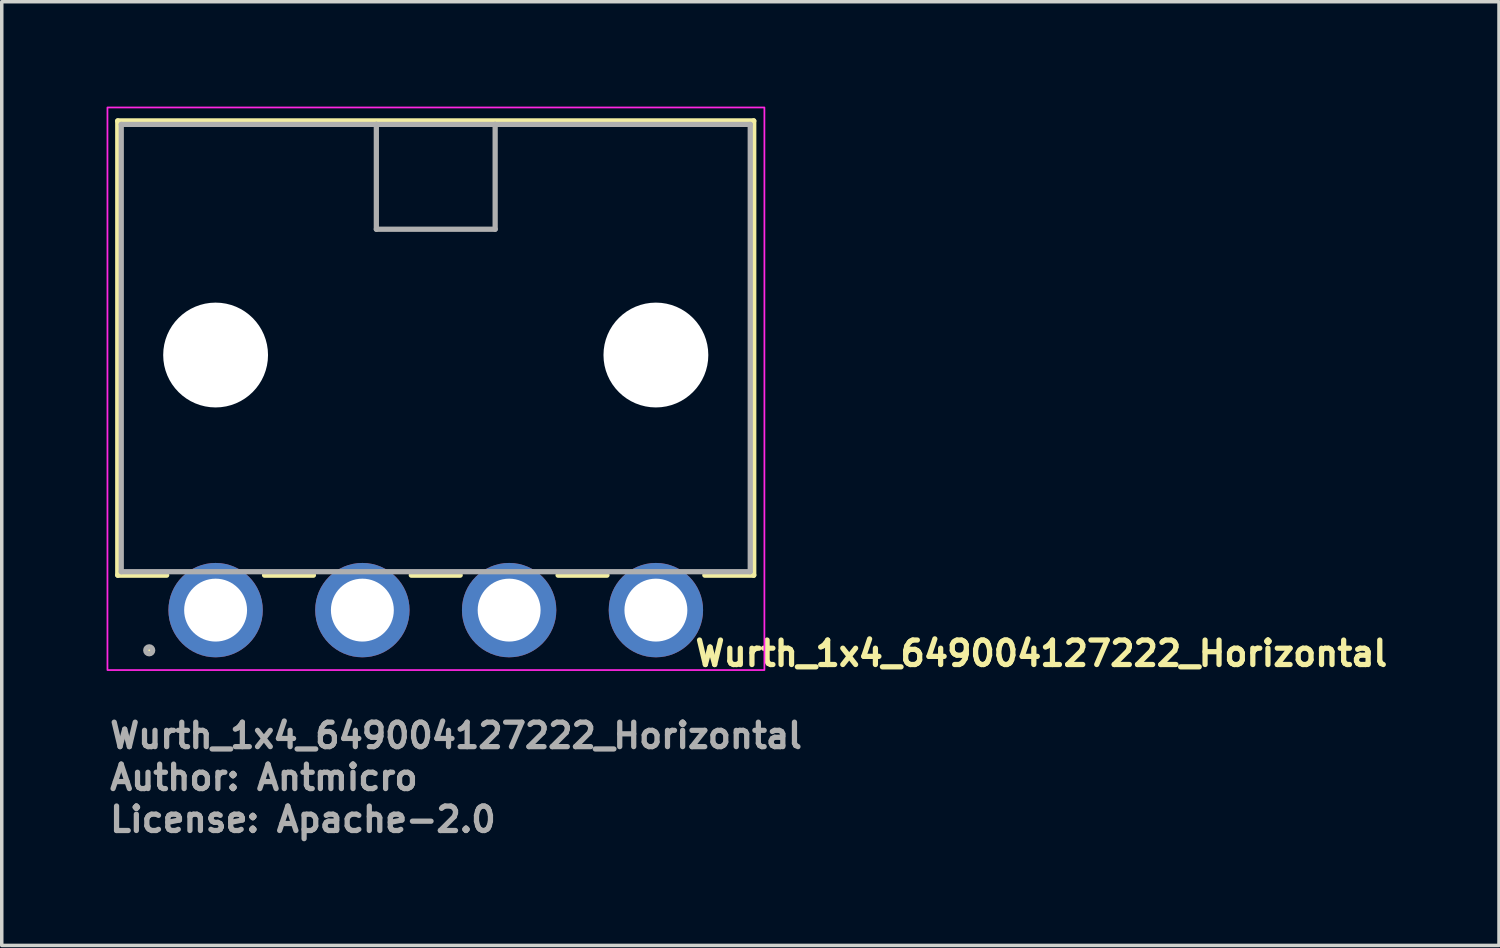
<source format=kicad_pcb>
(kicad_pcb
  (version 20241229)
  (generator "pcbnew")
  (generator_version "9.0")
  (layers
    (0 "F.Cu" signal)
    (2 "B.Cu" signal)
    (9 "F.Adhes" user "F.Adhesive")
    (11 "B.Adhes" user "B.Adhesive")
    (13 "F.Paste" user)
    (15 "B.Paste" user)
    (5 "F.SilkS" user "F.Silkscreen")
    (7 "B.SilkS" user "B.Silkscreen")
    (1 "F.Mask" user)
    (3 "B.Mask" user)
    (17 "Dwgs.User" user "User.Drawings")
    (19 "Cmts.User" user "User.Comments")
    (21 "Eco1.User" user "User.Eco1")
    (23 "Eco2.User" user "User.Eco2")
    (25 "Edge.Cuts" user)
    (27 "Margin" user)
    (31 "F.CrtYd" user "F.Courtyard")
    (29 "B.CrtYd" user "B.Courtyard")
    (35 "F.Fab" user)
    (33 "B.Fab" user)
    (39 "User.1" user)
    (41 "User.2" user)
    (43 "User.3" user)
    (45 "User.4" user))
  (footprint "Wurth_1x4_649004127222_Horizontal"
    (layer "F.Cu")
    (at 3.12 14.41)
    (property "Reference" "Wurth_1x4_649004127222_Horizontal" (at 13.65 1.65 180) (layer "F.SilkS") (effects (font (size 0.7 0.7) (thickness 0.15)) (justify left bottom)))
    (attr through_hole)
    (fp_line (start -2.8 -14) (end -2.8 -1) (stroke (width 0.15) (type solid)) (layer "F.SilkS"))
    (fp_line (start -2.8 -1) (end -1.4 -1) (stroke (width 0.15) (type solid)) (layer "F.SilkS"))
    (fp_line (start 2.8 -1) (end 1.4 -1) (stroke (width 0.15) (type solid)) (layer "F.SilkS"))
    (fp_line (start 7 -1) (end 5.6 -1) (stroke (width 0.15) (type solid)) (layer "F.SilkS"))
    (fp_line (start 11.2 -1) (end 9.8 -1) (stroke (width 0.15) (type solid)) (layer "F.SilkS"))
    (fp_line (start 14 -1) (end 15.4 -1) (stroke (width 0.15) (type solid)) (layer "F.SilkS"))
    (fp_line (start 15.4 -14) (end -2.8 -14) (stroke (width 0.15) (type solid)) (layer "F.SilkS"))
    (fp_line (start 15.4 -1) (end 15.4 -14) (stroke (width 0.15) (type solid)) (layer "F.SilkS"))
    (fp_circle (center -1.9 1.15) (end -1.95 1.15) (stroke (width 0.15) (type solid)) (fill yes) (layer "F.SilkS"))
    (fp_rect (start 15.705 1.715) (end -3.095 -14.385) (stroke (width 0.05) (type solid)) (fill no) (layer "F.CrtYd"))
    (fp_line (start -2.7 -13.9) (end 4.6 -13.9) (stroke (width 0.15) (type solid)) (layer "F.Fab"))
    (fp_line (start -2.7 -1.1) (end -2.7 -13.9) (stroke (width 0.15) (type solid)) (layer "F.Fab"))
    (fp_line (start 4.6 -13.9) (end 8 -13.9) (stroke (width 0.15) (type solid)) (layer "F.Fab"))
    (fp_line (start 4.6 -10.9) (end 4.6 -13.9) (stroke (width 0.15) (type solid)) (layer "F.Fab"))
    (fp_line (start 8 -13.9) (end 8 -10.9) (stroke (width 0.15) (type solid)) (layer "F.Fab"))
    (fp_line (start 8 -13.9) (end 15.3 -13.9) (stroke (width 0.15) (type solid)) (layer "F.Fab"))
    (fp_line (start 8 -10.9) (end 4.6 -10.9) (stroke (width 0.15) (type solid)) (layer "F.Fab"))
    (fp_line (start 15.3 -13.9) (end 15.3 -1.1) (stroke (width 0.15) (type solid)) (layer "F.Fab"))
    (fp_line (start 15.3 -1.1) (end -2.7 -1.1) (stroke (width 0.15) (type solid)) (layer "F.Fab"))
    (fp_circle (center -1.9 1.15) (end -2 1.15) (stroke (width 0.15) (type solid)) (fill no) (layer "F.Fab"))
    (fp_rect (start 15.305 0.485) (end -2.695 -13.985) (stroke (width 0.1) (type solid)) (fill no) (layer "User.5"))
    (fp_line (start -2.695 -13.985) (end -2.695 -1.185) (stroke (width 0.02) (type solid)) (layer "User.9"))
    (fp_line (start -0.565 -1.185) (end -0.565 -0.515) (stroke (width 0.02) (type solid)) (layer "User.9"))
    (fp_line (start -0.565 -0.515) (end -0.565 -0.403) (stroke (width 0.02) (type solid)) (layer "User.9"))
    (fp_line (start -0.565 -0.403) (end -0.565 -0.292) (stroke (width 0.02) (type solid)) (layer "User.9"))
    (fp_line (start -0.565 -0.292) (end -0.565 -0.185) (stroke (width 0.02) (type solid)) (layer "User.9"))
    (fp_line (start -0.565 -0.185) (end -0.565 -0.081) (stroke (width 0.02) (type solid)) (layer "User.9"))
    (fp_line (start -0.565 -0.081) (end -0.565 0.017) (stroke (width 0.02) (type solid)) (layer "User.9"))
    (fp_line (start -0.565 0.017) (end -0.565 0.108) (stroke (width 0.02) (type solid)) (layer "User.9"))
    (fp_line (start -0.565 0.108) (end -0.565 0.192) (stroke (width 0.02) (type solid)) (layer "User.9"))
    (fp_line (start -0.565 0.192) (end -0.565 0.267) (stroke (width 0.02) (type solid)) (layer "User.9"))
    (fp_line (start -0.565 0.267) (end -0.565 0.332) (stroke (width 0.02) (type solid)) (layer "User.9"))
    (fp_line (start -0.565 0.332) (end -0.565 0.386) (stroke (width 0.02) (type solid)) (layer "User.9"))
    (fp_line (start -0.565 0.386) (end -0.565 0.429) (stroke (width 0.02) (type solid)) (layer "User.9"))
    (fp_line (start -0.565 0.429) (end -0.565 0.46) (stroke (width 0.02) (type solid)) (layer "User.9"))
    (fp_line (start -0.565 0.46) (end -0.565 0.479) (stroke (width 0.02) (type solid)) (layer "User.9"))
    (fp_line (start -0.565 0.479) (end -0.565 0.485) (stroke (width 0.02) (type solid)) (layer "User.9"))
    (fp_line (start -0.37 -13.985) (end -2.695 -13.985) (stroke (width 0.02) (type solid)) (layer "User.9"))
    (fp_line (start -0.37 -13.985) (end -0.327 -13.985) (stroke (width 0.02) (type solid)) (layer "User.9"))
    (fp_line (start -0.37 -10.885) (end -0.37 -13.985) (stroke (width 0.02) (type solid)) (layer "User.9"))
    (fp_line (start -0.37 -10.885) (end -0.327 -10.885) (stroke (width 0.02) (type solid)) (layer "User.9"))
    (fp_line (start -0.327 -13.985) (end -0.279 -13.985) (stroke (width 0.02) (type solid)) (layer "User.9"))
    (fp_line (start -0.327 -10.885) (end -0.279 -10.885) (stroke (width 0.02) (type solid)) (layer "User.9"))
    (fp_line (start -0.279 -13.985) (end -0.228 -13.985) (stroke (width 0.02) (type solid)) (layer "User.9"))
    (fp_line (start -0.279 -10.885) (end -0.228 -10.885) (stroke (width 0.02) (type solid)) (layer "User.9"))
    (fp_line (start -0.228 -13.985) (end -0.173 -13.985) (stroke (width 0.02) (type solid)) (layer "User.9"))
    (fp_line (start -0.228 -10.885) (end -0.173 -10.885) (stroke (width 0.02) (type solid)) (layer "User.9"))
    (fp_line (start -0.173 -13.985) (end -0.115 -13.985) (stroke (width 0.02) (type solid)) (layer "User.9"))
    (fp_line (start -0.173 -10.885) (end -0.115 -10.885) (stroke (width 0.02) (type solid)) (layer "User.9"))
    (fp_line (start -0.115 -13.985) (end -0.055 -13.985) (stroke (width 0.02) (type solid)) (layer "User.9"))
    (fp_line (start -0.115 -10.885) (end -0.055 -10.885) (stroke (width 0.02) (type solid)) (layer "User.9"))
    (fp_line (start -0.055 -13.985) (end 0.005 -13.985) (stroke (width 0.02) (type solid)) (layer "User.9"))
    (fp_line (start -0.055 -10.885) (end 0.005 -10.885) (stroke (width 0.02) (type solid)) (layer "User.9"))
    (fp_line (start 0.005 -13.985) (end 0.065 -13.985) (stroke (width 0.02) (type solid)) (layer "User.9"))
    (fp_line (start 0.005 -10.885) (end 0.065 -10.885) (stroke (width 0.02) (type solid)) (layer "User.9"))
    (fp_line (start 0.065 -13.985) (end 0.125 -13.985) (stroke (width 0.02) (type solid)) (layer "User.9"))
    (fp_line (start 0.065 -10.885) (end 0.125 -10.885) (stroke (width 0.02) (type solid)) (layer "User.9"))
    (fp_line (start 0.125 -13.985) (end 0.183 -13.985) (stroke (width 0.02) (type solid)) (layer "User.9"))
    (fp_line (start 0.125 -10.885) (end 0.183 -10.885) (stroke (width 0.02) (type solid)) (layer "User.9"))
    (fp_line (start 0.183 -13.985) (end 0.238 -13.985) (stroke (width 0.02) (type solid)) (layer "User.9"))
    (fp_line (start 0.183 -10.885) (end 0.238 -10.885) (stroke (width 0.02) (type solid)) (layer "User.9"))
    (fp_line (start 0.238 -13.985) (end 0.289 -13.985) (stroke (width 0.02) (type solid)) (layer "User.9"))
    (fp_line (start 0.238 -10.885) (end 0.289 -10.885) (stroke (width 0.02) (type solid)) (layer "User.9"))
    (fp_line (start 0.289 -13.985) (end 0.337 -13.985) (stroke (width 0.02) (type solid)) (layer "User.9"))
    (fp_line (start 0.289 -10.885) (end 0.337 -10.885) (stroke (width 0.02) (type solid)) (layer "User.9"))
    (fp_line (start 0.337 -13.985) (end 0.38 -13.985) (stroke (width 0.02) (type solid)) (layer "User.9"))
    (fp_line (start 0.337 -10.885) (end 0.38 -10.885) (stroke (width 0.02) (type solid)) (layer "User.9"))
    (fp_line (start 0.38 -10.885) (end 0.38 -13.985) (stroke (width 0.02) (type solid)) (layer "User.9"))
    (fp_line (start 0.575 -1.185) (end 0.575 -0.515) (stroke (width 0.02) (type solid)) (layer "User.9"))
    (fp_line (start 0.575 -0.515) (end -0.565 -0.515) (stroke (width 0.02) (type solid)) (layer "User.9"))
    (fp_line (start 0.575 -0.515) (end 0.575 -0.403) (stroke (width 0.02) (type solid)) (layer "User.9"))
    (fp_line (start 0.575 -0.403) (end 0.575 -0.292) (stroke (width 0.02) (type solid)) (layer "User.9"))
    (fp_line (start 0.575 -0.292) (end 0.575 -0.185) (stroke (width 0.02) (type solid)) (layer "User.9"))
    (fp_line (start 0.575 -0.185) (end 0.575 -0.081) (stroke (width 0.02) (type solid)) (layer "User.9"))
    (fp_line (start 0.575 -0.081) (end 0.575 0.017) (stroke (width 0.02) (type solid)) (layer "User.9"))
    (fp_line (start 0.575 0.017) (end 0.575 0.108) (stroke (width 0.02) (type solid)) (layer "User.9"))
    (fp_line (start 0.575 0.108) (end 0.575 0.192) (stroke (width 0.02) (type solid)) (layer "User.9"))
    (fp_line (start 0.575 0.192) (end 0.575 0.267) (stroke (width 0.02) (type solid)) (layer "User.9"))
    (fp_line (start 0.575 0.267) (end 0.575 0.332) (stroke (width 0.02) (type solid)) (layer "User.9"))
    (fp_line (start 0.575 0.332) (end 0.575 0.386) (stroke (width 0.02) (type solid)) (layer "User.9"))
    (fp_line (start 0.575 0.386) (end 0.575 0.429) (stroke (width 0.02) (type solid)) (layer "User.9"))
    (fp_line (start 0.575 0.429) (end 0.575 0.46) (stroke (width 0.02) (type solid)) (layer "User.9"))
    (fp_line (start 0.575 0.46) (end 0.575 0.479) (stroke (width 0.02) (type solid)) (layer "User.9"))
    (fp_line (start 0.575 0.479) (end 0.575 0.485) (stroke (width 0.02) (type solid)) (layer "User.9"))
    (fp_line (start 0.575 0.485) (end -0.565 0.485) (stroke (width 0.02) (type solid)) (layer "User.9"))
    (fp_line (start 3.635 -1.185) (end 3.635 -0.515) (stroke (width 0.02) (type solid)) (layer "User.9"))
    (fp_line (start 3.635 -0.515) (end 3.635 -0.403) (stroke (width 0.02) (type solid)) (layer "User.9"))
    (fp_line (start 3.635 -0.403) (end 3.635 -0.292) (stroke (width 0.02) (type solid)) (layer "User.9"))
    (fp_line (start 3.635 -0.292) (end 3.635 -0.185) (stroke (width 0.02) (type solid)) (layer "User.9"))
    (fp_line (start 3.635 -0.185) (end 3.635 -0.081) (stroke (width 0.02) (type solid)) (layer "User.9"))
    (fp_line (start 3.635 -0.081) (end 3.635 0.017) (stroke (width 0.02) (type solid)) (layer "User.9"))
    (fp_line (start 3.635 0.017) (end 3.635 0.108) (stroke (width 0.02) (type solid)) (layer "User.9"))
    (fp_line (start 3.635 0.108) (end 3.635 0.192) (stroke (width 0.02) (type solid)) (layer "User.9"))
    (fp_line (start 3.635 0.192) (end 3.635 0.267) (stroke (width 0.02) (type solid)) (layer "User.9"))
    (fp_line (start 3.635 0.267) (end 3.635 0.332) (stroke (width 0.02) (type solid)) (layer "User.9"))
    (fp_line (start 3.635 0.332) (end 3.635 0.386) (stroke (width 0.02) (type solid)) (layer "User.9"))
    (fp_line (start 3.635 0.386) (end 3.635 0.429) (stroke (width 0.02) (type solid)) (layer "User.9"))
    (fp_line (start 3.635 0.429) (end 3.635 0.46) (stroke (width 0.02) (type solid)) (layer "User.9"))
    (fp_line (start 3.635 0.46) (end 3.635 0.479) (stroke (width 0.02) (type solid)) (layer "User.9"))
    (fp_line (start 3.635 0.479) (end 3.635 0.485) (stroke (width 0.02) (type solid)) (layer "User.9"))
    (fp_line (start 4.755 -13.985) (end 0.38 -13.985) (stroke (width 0.02) (type solid)) (layer "User.9"))
    (fp_line (start 4.755 -13.985) (end 7.855 -13.985) (stroke (width 0.02) (type solid)) (layer "User.9"))
    (fp_line (start 4.755 -11.385) (end 4.755 -13.985) (stroke (width 0.02) (type solid)) (layer "User.9"))
    (fp_line (start 4.755 -11.385) (end 4.755 -10.885) (stroke (width 0.02) (type solid)) (layer "User.9"))
    (fp_line (start 4.755 -10.885) (end 7.855 -10.885) (stroke (width 0.02) (type solid)) (layer "User.9"))
    (fp_line (start 4.775 -1.185) (end 4.775 -0.515) (stroke (width 0.02) (type solid)) (layer "User.9"))
    (fp_line (start 4.775 -0.515) (end 3.635 -0.515) (stroke (width 0.02) (type solid)) (layer "User.9"))
    (fp_line (start 4.775 -0.515) (end 4.775 -0.403) (stroke (width 0.02) (type solid)) (layer "User.9"))
    (fp_line (start 4.775 -0.403) (end 4.775 -0.292) (stroke (width 0.02) (type solid)) (layer "User.9"))
    (fp_line (start 4.775 -0.292) (end 4.775 -0.185) (stroke (width 0.02) (type solid)) (layer "User.9"))
    (fp_line (start 4.775 -0.185) (end 4.775 -0.081) (stroke (width 0.02) (type solid)) (layer "User.9"))
    (fp_line (start 4.775 -0.081) (end 4.775 0.017) (stroke (width 0.02) (type solid)) (layer "User.9"))
    (fp_line (start 4.775 0.017) (end 4.775 0.108) (stroke (width 0.02) (type solid)) (layer "User.9"))
    (fp_line (start 4.775 0.108) (end 4.775 0.192) (stroke (width 0.02) (type solid)) (layer "User.9"))
    (fp_line (start 4.775 0.192) (end 4.775 0.267) (stroke (width 0.02) (type solid)) (layer "User.9"))
    (fp_line (start 4.775 0.267) (end 4.775 0.332) (stroke (width 0.02) (type solid)) (layer "User.9"))
    (fp_line (start 4.775 0.332) (end 4.775 0.386) (stroke (width 0.02) (type solid)) (layer "User.9"))
    (fp_line (start 4.775 0.386) (end 4.775 0.429) (stroke (width 0.02) (type solid)) (layer "User.9"))
    (fp_line (start 4.775 0.429) (end 4.775 0.46) (stroke (width 0.02) (type solid)) (layer "User.9"))
    (fp_line (start 4.775 0.46) (end 4.775 0.479) (stroke (width 0.02) (type solid)) (layer "User.9"))
    (fp_line (start 4.775 0.479) (end 4.775 0.485) (stroke (width 0.02) (type solid)) (layer "User.9"))
    (fp_line (start 4.775 0.485) (end 3.635 0.485) (stroke (width 0.02) (type solid)) (layer "User.9"))
    (fp_line (start 7.835 -1.185) (end 7.835 -0.515) (stroke (width 0.02) (type solid)) (layer "User.9"))
    (fp_line (start 7.835 -0.515) (end 7.835 -0.403) (stroke (width 0.02) (type solid)) (layer "User.9"))
    (fp_line (start 7.835 -0.403) (end 7.835 -0.292) (stroke (width 0.02) (type solid)) (layer "User.9"))
    (fp_line (start 7.835 -0.292) (end 7.835 -0.185) (stroke (width 0.02) (type solid)) (layer "User.9"))
    (fp_line (start 7.835 -0.185) (end 7.835 -0.081) (stroke (width 0.02) (type solid)) (layer "User.9"))
    (fp_line (start 7.835 -0.081) (end 7.835 0.017) (stroke (width 0.02) (type solid)) (layer "User.9"))
    (fp_line (start 7.835 0.017) (end 7.835 0.108) (stroke (width 0.02) (type solid)) (layer "User.9"))
    (fp_line (start 7.835 0.108) (end 7.835 0.192) (stroke (width 0.02) (type solid)) (layer "User.9"))
    (fp_line (start 7.835 0.192) (end 7.835 0.267) (stroke (width 0.02) (type solid)) (layer "User.9"))
    (fp_line (start 7.835 0.267) (end 7.835 0.332) (stroke (width 0.02) (type solid)) (layer "User.9"))
    (fp_line (start 7.835 0.332) (end 7.835 0.386) (stroke (width 0.02) (type solid)) (layer "User.9"))
    (fp_line (start 7.835 0.386) (end 7.835 0.429) (stroke (width 0.02) (type solid)) (layer "User.9"))
    (fp_line (start 7.835 0.429) (end 7.835 0.46) (stroke (width 0.02) (type solid)) (layer "User.9"))
    (fp_line (start 7.835 0.46) (end 7.835 0.479) (stroke (width 0.02) (type solid)) (layer "User.9"))
    (fp_line (start 7.835 0.479) (end 7.835 0.485) (stroke (width 0.02) (type solid)) (layer "User.9"))
    (fp_line (start 7.855 -13.985) (end 7.855 -11.385) (stroke (width 0.02) (type solid)) (layer "User.9"))
    (fp_line (start 7.855 -11.385) (end 4.755 -11.385) (stroke (width 0.02) (type solid)) (layer "User.9"))
    (fp_line (start 7.855 -10.885) (end 7.855 -11.385) (stroke (width 0.02) (type solid)) (layer "User.9"))
    (fp_line (start 8.975 -1.185) (end 8.975 -0.515) (stroke (width 0.02) (type solid)) (layer "User.9"))
    (fp_line (start 8.975 -0.515) (end 7.835 -0.515) (stroke (width 0.02) (type solid)) (layer "User.9"))
    (fp_line (start 8.975 -0.515) (end 8.975 -0.403) (stroke (width 0.02) (type solid)) (layer "User.9"))
    (fp_line (start 8.975 -0.403) (end 8.975 -0.292) (stroke (width 0.02) (type solid)) (layer "User.9"))
    (fp_line (start 8.975 -0.292) (end 8.975 -0.185) (stroke (width 0.02) (type solid)) (layer "User.9"))
    (fp_line (start 8.975 -0.185) (end 8.975 -0.081) (stroke (width 0.02) (type solid)) (layer "User.9"))
    (fp_line (start 8.975 -0.081) (end 8.975 0.017) (stroke (width 0.02) (type solid)) (layer "User.9"))
    (fp_line (start 8.975 0.017) (end 8.975 0.108) (stroke (width 0.02) (type solid)) (layer "User.9"))
    (fp_line (start 8.975 0.108) (end 8.975 0.192) (stroke (width 0.02) (type solid)) (layer "User.9"))
    (fp_line (start 8.975 0.192) (end 8.975 0.267) (stroke (width 0.02) (type solid)) (layer "User.9"))
    (fp_line (start 8.975 0.267) (end 8.975 0.332) (stroke (width 0.02) (type solid)) (layer "User.9"))
    (fp_line (start 8.975 0.332) (end 8.975 0.386) (stroke (width 0.02) (type solid)) (layer "User.9"))
    (fp_line (start 8.975 0.386) (end 8.975 0.429) (stroke (width 0.02) (type solid)) (layer "User.9"))
    (fp_line (start 8.975 0.429) (end 8.975 0.46) (stroke (width 0.02) (type solid)) (layer "User.9"))
    (fp_line (start 8.975 0.46) (end 8.975 0.479) (stroke (width 0.02) (type solid)) (layer "User.9"))
    (fp_line (start 8.975 0.479) (end 8.975 0.485) (stroke (width 0.02) (type solid)) (layer "User.9"))
    (fp_line (start 8.975 0.485) (end 7.835 0.485) (stroke (width 0.02) (type solid)) (layer "User.9"))
    (fp_line (start 12.035 -1.185) (end 12.035 -0.515) (stroke (width 0.02) (type solid)) (layer "User.9"))
    (fp_line (start 12.035 -0.515) (end 12.035 -0.403) (stroke (width 0.02) (type solid)) (layer "User.9"))
    (fp_line (start 12.035 -0.403) (end 12.035 -0.292) (stroke (width 0.02) (type solid)) (layer "User.9"))
    (fp_line (start 12.035 -0.292) (end 12.035 -0.185) (stroke (width 0.02) (type solid)) (layer "User.9"))
    (fp_line (start 12.035 -0.185) (end 12.035 -0.081) (stroke (width 0.02) (type solid)) (layer "User.9"))
    (fp_line (start 12.035 -0.081) (end 12.035 0.017) (stroke (width 0.02) (type solid)) (layer "User.9"))
    (fp_line (start 12.035 0.017) (end 12.035 0.108) (stroke (width 0.02) (type solid)) (layer "User.9"))
    (fp_line (start 12.035 0.108) (end 12.035 0.192) (stroke (width 0.02) (type solid)) (layer "User.9"))
    (fp_line (start 12.035 0.192) (end 12.035 0.267) (stroke (width 0.02) (type solid)) (layer "User.9"))
    (fp_line (start 12.035 0.267) (end 12.035 0.332) (stroke (width 0.02) (type solid)) (layer "User.9"))
    (fp_line (start 12.035 0.332) (end 12.035 0.386) (stroke (width 0.02) (type solid)) (layer "User.9"))
    (fp_line (start 12.035 0.386) (end 12.035 0.429) (stroke (width 0.02) (type solid)) (layer "User.9"))
    (fp_line (start 12.035 0.429) (end 12.035 0.46) (stroke (width 0.02) (type solid)) (layer "User.9"))
    (fp_line (start 12.035 0.46) (end 12.035 0.479) (stroke (width 0.02) (type solid)) (layer "User.9"))
    (fp_line (start 12.035 0.479) (end 12.035 0.485) (stroke (width 0.02) (type solid)) (layer "User.9"))
    (fp_line (start 13.175 -1.185) (end 13.175 -0.515) (stroke (width 0.02) (type solid)) (layer "User.9"))
    (fp_line (start 13.175 -0.515) (end 12.035 -0.515) (stroke (width 0.02) (type solid)) (layer "User.9"))
    (fp_line (start 13.175 -0.515) (end 13.175 -0.403) (stroke (width 0.02) (type solid)) (layer "User.9"))
    (fp_line (start 13.175 -0.403) (end 13.175 -0.292) (stroke (width 0.02) (type solid)) (layer "User.9"))
    (fp_line (start 13.175 -0.292) (end 13.175 -0.185) (stroke (width 0.02) (type solid)) (layer "User.9"))
    (fp_line (start 13.175 -0.185) (end 13.175 -0.081) (stroke (width 0.02) (type solid)) (layer "User.9"))
    (fp_line (start 13.175 -0.081) (end 13.175 0.017) (stroke (width 0.02) (type solid)) (layer "User.9"))
    (fp_line (start 13.175 0.017) (end 13.175 0.108) (stroke (width 0.02) (type solid)) (layer "User.9"))
    (fp_line (start 13.175 0.108) (end 13.175 0.192) (stroke (width 0.02) (type solid)) (layer "User.9"))
    (fp_line (start 13.175 0.192) (end 13.175 0.267) (stroke (width 0.02) (type solid)) (layer "User.9"))
    (fp_line (start 13.175 0.267) (end 13.175 0.332) (stroke (width 0.02) (type solid)) (layer "User.9"))
    (fp_line (start 13.175 0.332) (end 13.175 0.386) (stroke (width 0.02) (type solid)) (layer "User.9"))
    (fp_line (start 13.175 0.386) (end 13.175 0.429) (stroke (width 0.02) (type solid)) (layer "User.9"))
    (fp_line (start 13.175 0.429) (end 13.175 0.46) (stroke (width 0.02) (type solid)) (layer "User.9"))
    (fp_line (start 13.175 0.46) (end 13.175 0.479) (stroke (width 0.02) (type solid)) (layer "User.9"))
    (fp_line (start 13.175 0.479) (end 13.175 0.485) (stroke (width 0.02) (type solid)) (layer "User.9"))
    (fp_line (start 13.175 0.485) (end 12.035 0.485) (stroke (width 0.02) (type solid)) (layer "User.9"))
    (fp_line (start 15.305 -13.985) (end 7.855 -13.985) (stroke (width 0.02) (type solid)) (layer "User.9"))
    (fp_line (start 15.305 -13.985) (end 15.305 -1.185) (stroke (width 0.02) (type solid)) (layer "User.9"))
    (fp_line (start 15.305 -1.185) (end -2.695 -1.185) (stroke (width 0.02) (type solid)) (layer "User.9"))
    (fp_text user "${REFERENCE}" (at -3.1 4 180) (layer "F.Fab") (effects (font (size 0.7 0.7) (thickness 0.15)) (justify left bottom)))
    (fp_text user "License: Apache-2.0" (at -3.1 6.4 180) (layer "F.Fab") (effects (font (size 0.7 0.7) (thickness 0.15)) (justify left bottom)))
    (fp_text user "Author: Antmicro" (at -3.1 5.2 180) (layer "F.Fab") (effects (font (size 0.7 0.7) (thickness 0.15)) (justify left bottom)))
    (pad "" np_thru_hole circle (at 0 -7.3 180) (size 3 3) (drill 3) (layers "*.Cu" "*.Mask"))
    (pad "" np_thru_hole circle (at 12.6 -7.3 180) (size 3 3) (drill 3) (layers "*.Cu" "*.Mask"))
    (pad "1" thru_hole circle (at 0 0 180) (size 2.7 2.7) (drill 1.8) (layers "*.Cu" "*.Mask"))
    (pad "2" thru_hole circle (at 4.2 0 180) (size 2.7 2.7) (drill 1.8) (layers "*.Cu" "*.Mask"))
    (pad "3" thru_hole circle (at 8.4 0 180) (size 2.7 2.7) (drill 1.8) (layers "*.Cu" "*.Mask"))
    (pad "4" thru_hole circle (at 12.6 0 180) (size 2.7 2.7) (drill 1.8) (layers "*.Cu" "*.Mask")))
  (gr_rect
    (start -3 -3)
    (end 39.847 24.006)
    (stroke (width 0.1) (type default))
    (fill no)
    (layer "Edge.Cuts")))
</source>
